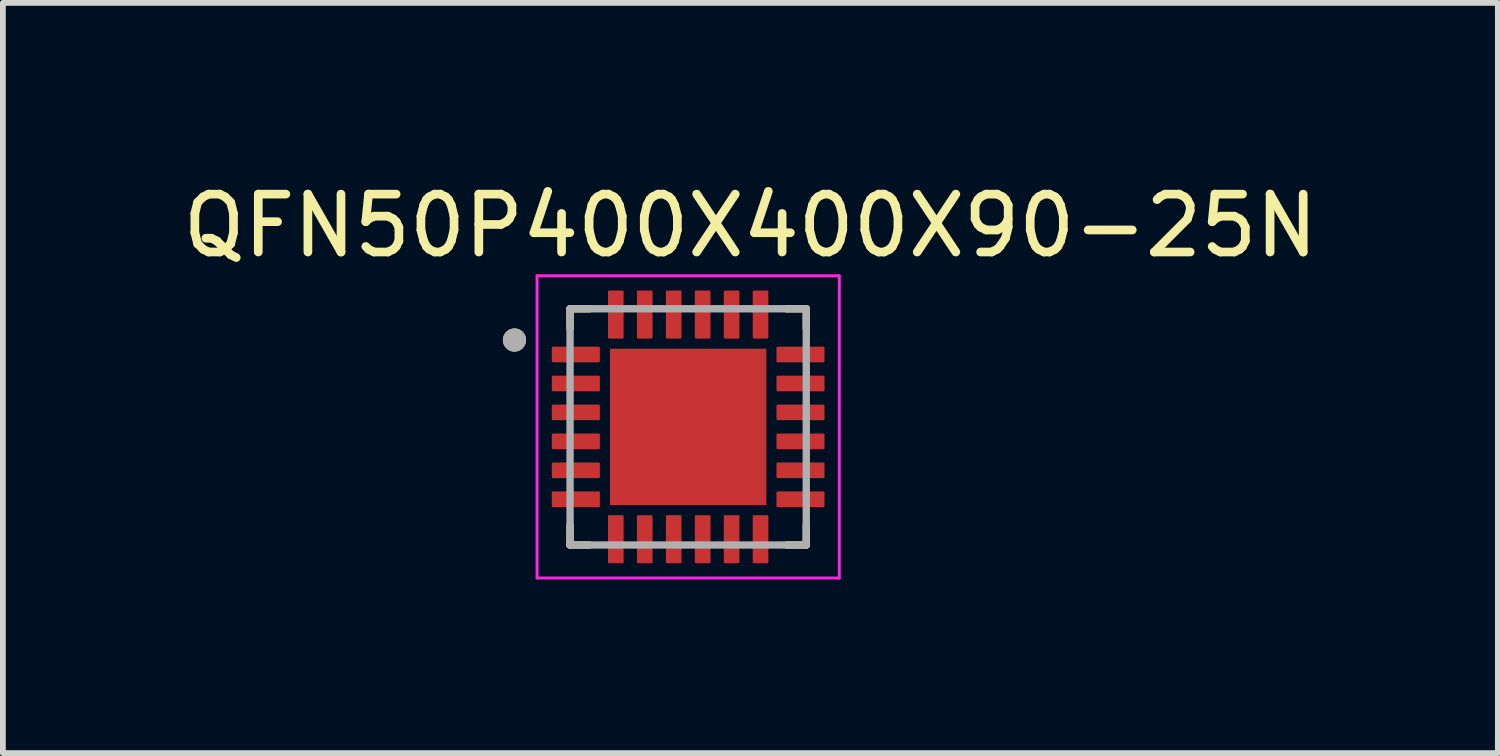
<source format=kicad_pcb>
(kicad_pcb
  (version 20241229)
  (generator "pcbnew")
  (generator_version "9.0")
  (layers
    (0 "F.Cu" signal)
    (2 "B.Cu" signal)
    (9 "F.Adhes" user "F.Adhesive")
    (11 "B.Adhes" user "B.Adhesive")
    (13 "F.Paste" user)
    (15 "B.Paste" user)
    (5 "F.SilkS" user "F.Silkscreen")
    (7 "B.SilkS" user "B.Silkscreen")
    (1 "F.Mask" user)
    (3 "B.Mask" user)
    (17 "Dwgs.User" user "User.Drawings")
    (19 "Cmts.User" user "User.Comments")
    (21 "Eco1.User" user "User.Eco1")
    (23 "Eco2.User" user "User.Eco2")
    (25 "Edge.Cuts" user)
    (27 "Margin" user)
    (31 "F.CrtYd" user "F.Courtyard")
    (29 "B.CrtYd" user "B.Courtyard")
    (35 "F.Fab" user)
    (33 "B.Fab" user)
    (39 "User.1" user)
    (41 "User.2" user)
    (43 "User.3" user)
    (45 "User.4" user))
  (footprint "QFN50P400X400X90-25N"
    (layer "F.Cu")
    (at 8.836 4.323)
    (property "Reference" "QFN50P400X400X90-25N" (at 1.075 -3.475 0) (layer "F.SilkS") (effects (font (size 1 1) (thickness 0.15))))
    (attr through_hole)
    (fp_line (start -2.04 -2.04) (end -1.7 -2.04) (stroke (width 0.127) (type solid)) (layer "F.SilkS"))
    (fp_line (start -2.04 -1.7) (end -2.04 -2.04) (stroke (width 0.127) (type solid)) (layer "F.SilkS"))
    (fp_line (start -2.04 2.04) (end -2.04 1.7) (stroke (width 0.127) (type solid)) (layer "F.SilkS"))
    (fp_line (start -1.7 2.04) (end -2.04 2.04) (stroke (width 0.127) (type solid)) (layer "F.SilkS"))
    (fp_line (start 1.7 -2.04) (end 2.04 -2.04) (stroke (width 0.127) (type solid)) (layer "F.SilkS"))
    (fp_line (start 2.04 -2.04) (end 2.04 -1.7) (stroke (width 0.127) (type solid)) (layer "F.SilkS"))
    (fp_line (start 2.04 1.7) (end 2.04 2.04) (stroke (width 0.127) (type solid)) (layer "F.SilkS"))
    (fp_line (start 2.04 2.04) (end 1.7 2.04) (stroke (width 0.127) (type solid)) (layer "F.SilkS"))
    (fp_circle (center -3 -1.5) (end -2.9 -1.5) (stroke (width 0.2) (type solid)) (fill no) (layer "F.SilkS"))
    (fp_poly (pts (xy -1.09 -1.09) (xy -0.13 -1.09) (xy -0.13 -0.13) (xy -1.09 -0.13)) (stroke (width 0.01) (type solid)) (fill yes) (layer "F.Paste"))
    (fp_poly (pts (xy -1.09 0.13) (xy -0.13 0.13) (xy -0.13 1.09) (xy -1.09 1.09)) (stroke (width 0.01) (type solid)) (fill yes) (layer "F.Paste"))
    (fp_poly (pts (xy 0.13 -1.09) (xy 1.09 -1.09) (xy 1.09 -0.13) (xy 0.13 -0.13)) (stroke (width 0.01) (type solid)) (fill yes) (layer "F.Paste"))
    (fp_poly (pts (xy 0.13 0.13) (xy 1.09 0.13) (xy 1.09 1.09) (xy 0.13 1.09)) (stroke (width 0.01) (type solid)) (fill yes) (layer "F.Paste"))
    (fp_line (start -2.61 -2.61) (end 2.61 -2.61) (stroke (width 0.05) (type solid)) (layer "F.CrtYd"))
    (fp_line (start -2.61 2.61) (end -2.61 -2.61) (stroke (width 0.05) (type solid)) (layer "F.CrtYd"))
    (fp_line (start 2.61 -2.61) (end 2.61 2.61) (stroke (width 0.05) (type solid)) (layer "F.CrtYd"))
    (fp_line (start 2.61 2.61) (end -2.61 2.61) (stroke (width 0.05) (type solid)) (layer "F.CrtYd"))
    (fp_line (start -2.04 -2.04) (end 2.04 -2.04) (stroke (width 0.127) (type solid)) (layer "F.Fab"))
    (fp_line (start -2.04 2.04) (end -2.04 -2.04) (stroke (width 0.127) (type solid)) (layer "F.Fab"))
    (fp_line (start 2.04 -2.04) (end 2.04 2.04) (stroke (width 0.127) (type solid)) (layer "F.Fab"))
    (fp_line (start 2.04 2.04) (end -2.04 2.04) (stroke (width 0.127) (type solid)) (layer "F.Fab"))
    (fp_circle (center -3 -1.5) (end -2.9 -1.5) (stroke (width 0.2) (type solid)) (fill no) (layer "F.Fab"))
    (pad "1" smd roundrect (at -1.94 -1.25) (size 0.83 0.27) (layers "F.Cu" "F.Mask" "F.Paste") (roundrect_rratio 0.07))
    (pad "2" smd roundrect (at -1.94 -0.75) (size 0.83 0.27) (layers "F.Cu" "F.Mask" "F.Paste") (roundrect_rratio 0.07))
    (pad "3" smd roundrect (at -1.94 -0.25) (size 0.83 0.27) (layers "F.Cu" "F.Mask" "F.Paste") (roundrect_rratio 0.07))
    (pad "4" smd roundrect (at -1.94 0.25) (size 0.83 0.27) (layers "F.Cu" "F.Mask" "F.Paste") (roundrect_rratio 0.07))
    (pad "5" smd roundrect (at -1.94 0.75) (size 0.83 0.27) (layers "F.Cu" "F.Mask" "F.Paste") (roundrect_rratio 0.07))
    (pad "6" smd roundrect (at -1.94 1.25) (size 0.83 0.27) (layers "F.Cu" "F.Mask" "F.Paste") (roundrect_rratio 0.07))
    (pad "7" smd roundrect (at -1.25 1.94 90) (size 0.83 0.27) (layers "F.Cu" "F.Mask" "F.Paste") (roundrect_rratio 0.07))
    (pad "8" smd roundrect (at -0.75 1.94 90) (size 0.83 0.27) (layers "F.Cu" "F.Mask" "F.Paste") (roundrect_rratio 0.07))
    (pad "9" smd roundrect (at -0.25 1.94 90) (size 0.83 0.27) (layers "F.Cu" "F.Mask" "F.Paste") (roundrect_rratio 0.07))
    (pad "10" smd roundrect (at 0.25 1.94 90) (size 0.83 0.27) (layers "F.Cu" "F.Mask" "F.Paste") (roundrect_rratio 0.07))
    (pad "11" smd roundrect (at 0.75 1.94 90) (size 0.83 0.27) (layers "F.Cu" "F.Mask" "F.Paste") (roundrect_rratio 0.07))
    (pad "12" smd roundrect (at 1.25 1.94 90) (size 0.83 0.27) (layers "F.Cu" "F.Mask" "F.Paste") (roundrect_rratio 0.07))
    (pad "13" smd roundrect (at 1.94 1.25 180) (size 0.83 0.27) (layers "F.Cu" "F.Mask" "F.Paste") (roundrect_rratio 0.07))
    (pad "14" smd roundrect (at 1.94 0.75 180) (size 0.83 0.27) (layers "F.Cu" "F.Mask" "F.Paste") (roundrect_rratio 0.07))
    (pad "15" smd roundrect (at 1.94 0.25 180) (size 0.83 0.27) (layers "F.Cu" "F.Mask" "F.Paste") (roundrect_rratio 0.07))
    (pad "16" smd roundrect (at 1.94 -0.25 180) (size 0.83 0.27) (layers "F.Cu" "F.Mask" "F.Paste") (roundrect_rratio 0.07))
    (pad "17" smd roundrect (at 1.94 -0.75 180) (size 0.83 0.27) (layers "F.Cu" "F.Mask" "F.Paste") (roundrect_rratio 0.07))
    (pad "18" smd roundrect (at 1.94 -1.25 180) (size 0.83 0.27) (layers "F.Cu" "F.Mask" "F.Paste") (roundrect_rratio 0.07))
    (pad "19" smd roundrect (at 1.25 -1.94 270) (size 0.83 0.27) (layers "F.Cu" "F.Mask" "F.Paste") (roundrect_rratio 0.07))
    (pad "20" smd roundrect (at 0.75 -1.94 270) (size 0.83 0.27) (layers "F.Cu" "F.Mask" "F.Paste") (roundrect_rratio 0.07))
    (pad "21" smd roundrect (at 0.25 -1.94 270) (size 0.83 0.27) (layers "F.Cu" "F.Mask" "F.Paste") (roundrect_rratio 0.07))
    (pad "22" smd roundrect (at -0.25 -1.94 270) (size 0.83 0.27) (layers "F.Cu" "F.Mask" "F.Paste") (roundrect_rratio 0.07))
    (pad "23" smd roundrect (at -0.75 -1.94 270) (size 0.83 0.27) (layers "F.Cu" "F.Mask" "F.Paste") (roundrect_rratio 0.07))
    (pad "24" smd roundrect (at -1.25 -1.94 270) (size 0.83 0.27) (layers "F.Cu" "F.Mask" "F.Paste") (roundrect_rratio 0.07))
    (pad "25" smd rect (at 0 0) (size 2.7 2.7) (layers "F.Cu" "F.Mask")))
  (gr_rect
    (start -3 -3)
    (end 22.821 9.958)
    (stroke (width 0.1) (type default))
    (fill no)
    (layer "Edge.Cuts")))
</source>
